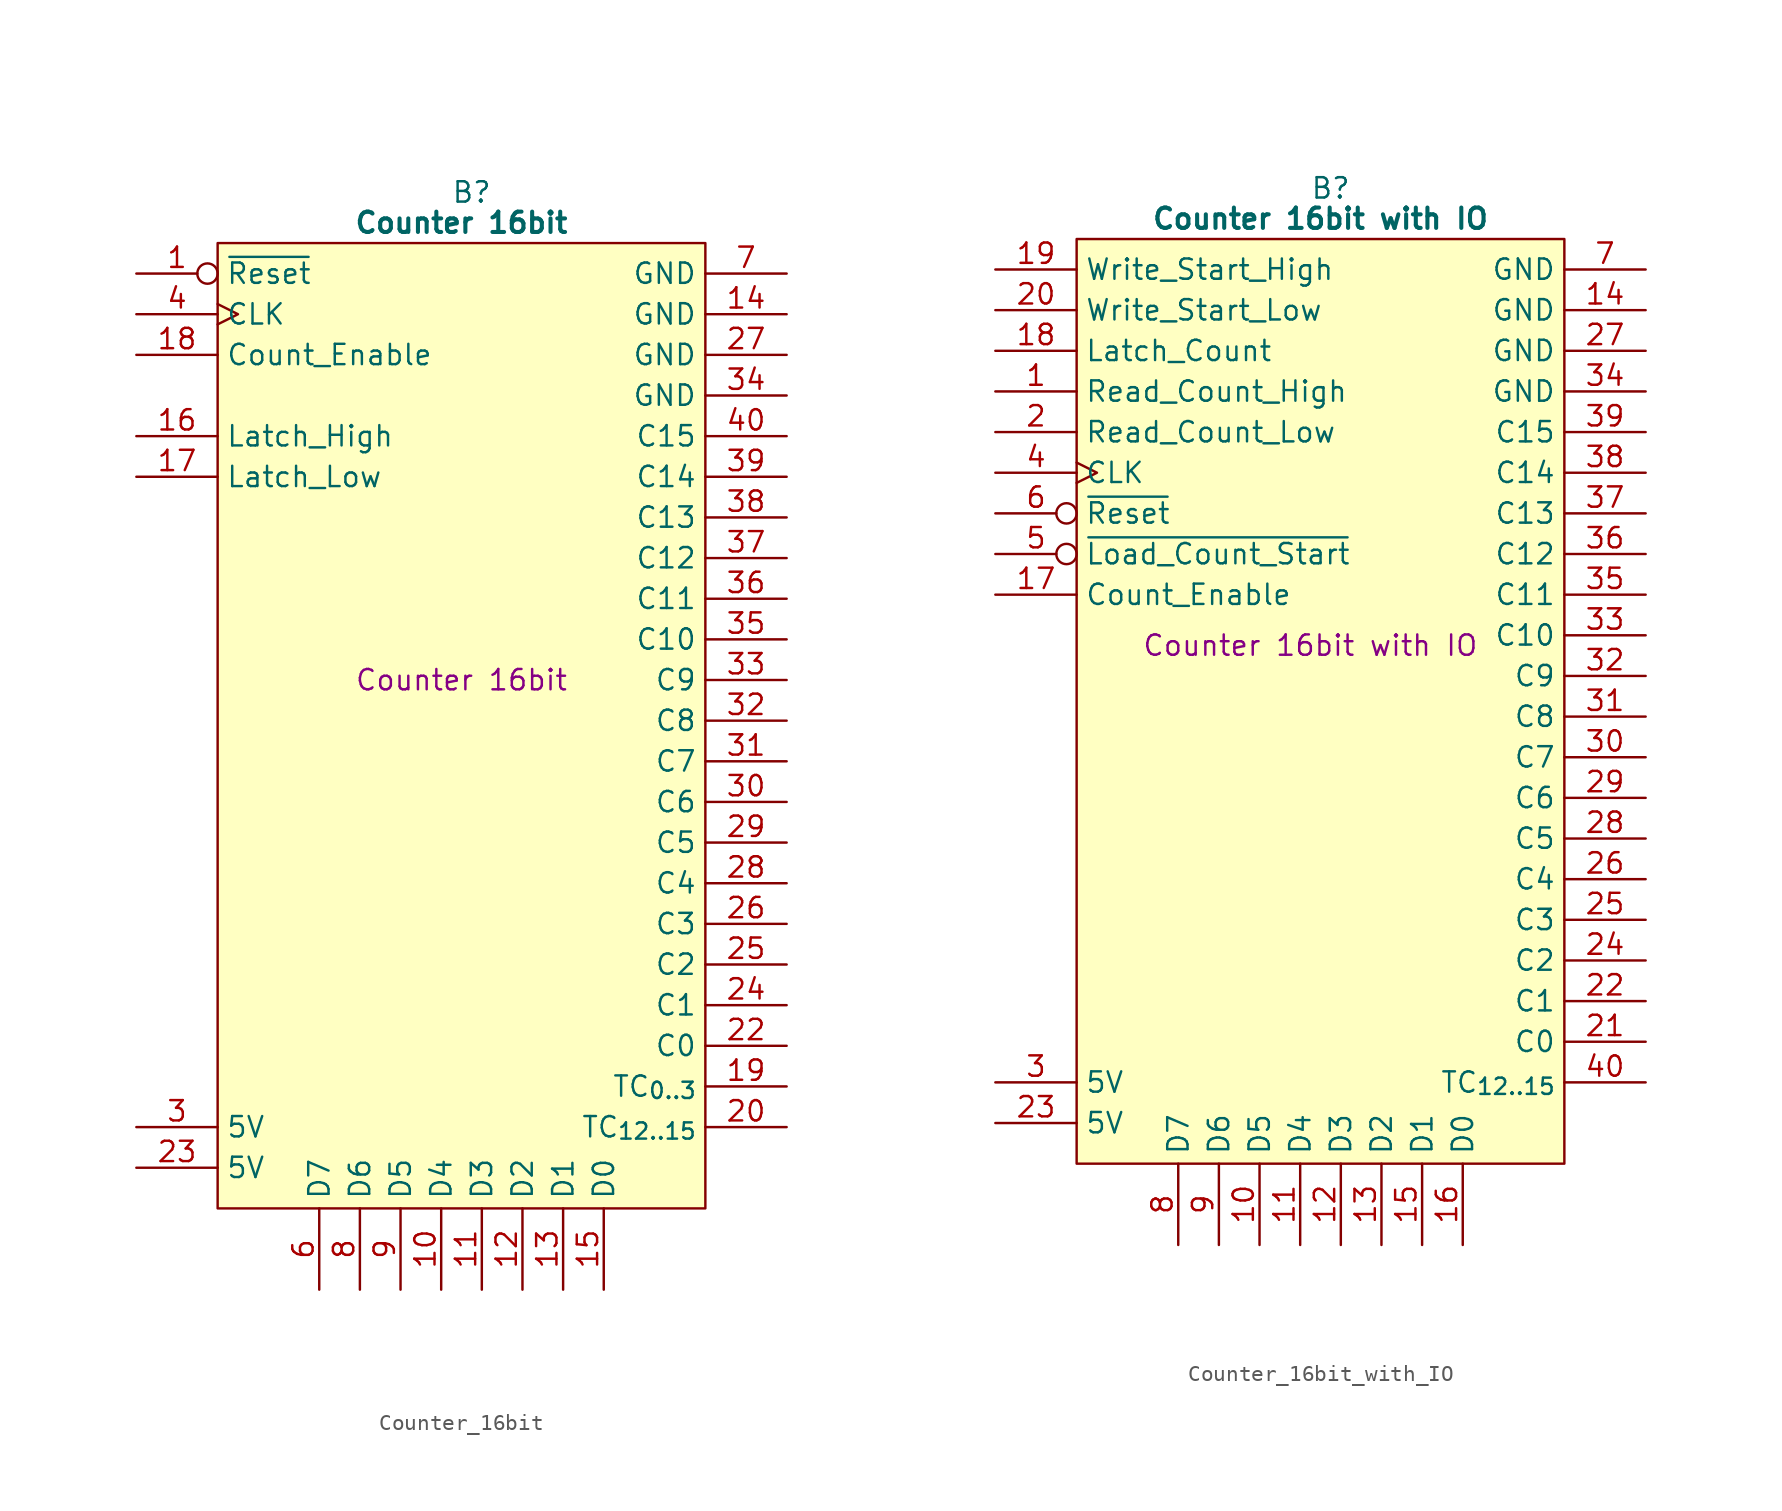
<source format=kicad_sym>
(kicad_symbol_lib
  (version 20241209)
  (generator "kicad_symbol_editor")
  (generator_version "9.0")
  (symbol "Counter_16bit"
    (property "Reference" "B"
      (at 15.875 5.08 0)
      (effects (font (size 1.27 1.27))))
    (property "Value" "Counter 16bit"
      (at 15.24 3.175 0)
      (effects (font (size 1.27 1.27) (bold yes))))
    (property "Description" "Counter 16bit"
      (at 15.24 -25.4 0)
      (effects (font (size 1.27 1.27))))
    (symbol "Counter_16bit_0_1"
      (polyline (pts (xy 0 1.905) (xy 30.48 1.905) (xy 30.48 -58.42) (xy 0 -58.42) (xy 0 1.905)) (stroke (width 0.152) (type default)) (fill (type background))))
    (symbol "Counter_16bit_1_0"
      (pin output line (at 35.56 -10.16 180) (length 5.08) (name "C15" (effects (font (size 1.27 1.27)))) (number "40" (effects (font (size 1.27 1.27)))))
      (pin output line (at 35.56 -12.7 180) (length 5.08) (name "C14" (effects (font (size 1.27 1.27)))) (number "39" (effects (font (size 1.27 1.27)))))
      (pin output line (at 35.56 -27.94 180) (length 5.08) (name "C8" (effects (font (size 1.27 1.27)))) (number "32" (effects (font (size 1.27 1.27))))))
    (symbol "Counter_16bit_1_1"
      (pin input inverted (at -5.08 0 0) (length 5.08) (name "~{Reset}" (effects (font (size 1.27 1.27)))) (number "1" (effects (font (size 1.27 1.27)))))
      (pin input clock (at -5.08 -2.54 0) (length 5.08) (name "CLK" (effects (font (size 1.27 1.27)))) (number "4" (effects (font (size 1.27 1.27)))))
      (pin input line (at -5.08 -5.08 0) (length 5.08) (name "Count_Enable" (effects (font (size 1.27 1.27)))) (number "18" (effects (font (size 1.27 1.27)))))
      (pin input line (at -5.08 -10.16 0) (length 5.08) (name "Latch_High" (effects (font (size 1.27 1.27)))) (number "16" (effects (font (size 1.27 1.27)))))
      (pin input line (at -5.08 -12.7 0) (length 5.08) (name "Latch_Low" (effects (font (size 1.27 1.27)))) (number "17" (effects (font (size 1.27 1.27)))))
      (pin no_connect line (at -5.08 -45.72 0) (length 5.08) (hide yes) (name "N.C." (effects (font (size 1.27 1.27)))) (number "2" (effects (font (size 1.27 1.27)))))
      (pin no_connect line (at -5.08 -48.26 0) (length 5.08) (hide yes) (name "N.C." (effects (font (size 1.27 1.27)))) (number "5" (effects (font (size 1.27 1.27)))))
      (pin no_connect line (at -5.08 -50.8 0) (length 5.08) (hide yes) (name "N.C." (effects (font (size 1.27 1.27)))) (number "21" (effects (font (size 1.27 1.27)))))
      (pin passive line (at -5.08 -53.34 0) (length 5.08) (name "5V" (effects (font (size 1.27 1.27)))) (number "3" (effects (font (size 1.27 1.27)))))
      (pin passive line (at -5.08 -55.88 0) (length 5.08) (name "5V" (effects (font (size 1.27 1.27)))) (number "23" (effects (font (size 1.27 1.27)))))
      (pin tri_state line (at 6.35 -63.5 90) (length 5.08) (name "D7" (effects (font (size 1.27 1.27)))) (number "6" (effects (font (size 1.27 1.27)))))
      (pin tri_state line (at 8.89 -63.5 90) (length 5.08) (name "D6" (effects (font (size 1.27 1.27)))) (number "8" (effects (font (size 1.27 1.27)))))
      (pin tri_state line (at 11.43 -63.5 90) (length 5.08) (name "D5" (effects (font (size 1.27 1.27)))) (number "9" (effects (font (size 1.27 1.27)))))
      (pin tri_state line (at 13.97 -63.5 90) (length 5.08) (name "D4" (effects (font (size 1.27 1.27)))) (number "10" (effects (font (size 1.27 1.27)))))
      (pin tri_state line (at 16.51 -63.5 90) (length 5.08) (name "D3" (effects (font (size 1.27 1.27)))) (number "11" (effects (font (size 1.27 1.27)))))
      (pin tri_state line (at 19.05 -63.5 90) (length 5.08) (name "D2" (effects (font (size 1.27 1.27)))) (number "12" (effects (font (size 1.27 1.27)))))
      (pin tri_state line (at 21.59 -63.5 90) (length 5.08) (name "D1" (effects (font (size 1.27 1.27)))) (number "13" (effects (font (size 1.27 1.27)))))
      (pin tri_state line (at 24.13 -63.5 90) (length 5.08) (name "D0" (effects (font (size 1.27 1.27)))) (number "15" (effects (font (size 1.27 1.27)))))
      (pin passive line (at 35.56 0 180) (length 5.08) (name "GND" (effects (font (size 1.27 1.27)))) (number "7" (effects (font (size 1.27 1.27)))))
      (pin passive line (at 35.56 -2.54 180) (length 5.08) (name "GND" (effects (font (size 1.27 1.27)))) (number "14" (effects (font (size 1.27 1.27)))))
      (pin passive line (at 35.56 -5.08 180) (length 5.08) (name "GND" (effects (font (size 1.27 1.27)))) (number "27" (effects (font (size 1.27 1.27)))))
      (pin passive line (at 35.56 -7.62 180) (length 5.08) (name "GND" (effects (font (size 1.27 1.27)))) (number "34" (effects (font (size 1.27 1.27)))))
      (pin output line (at 35.56 -15.24 180) (length 5.08) (name "C13" (effects (font (size 1.27 1.27)))) (number "38" (effects (font (size 1.27 1.27)))))
      (pin output line (at 35.56 -17.78 180) (length 5.08) (name "C12" (effects (font (size 1.27 1.27)))) (number "37" (effects (font (size 1.27 1.27)))))
      (pin output line (at 35.56 -20.32 180) (length 5.08) (name "C11" (effects (font (size 1.27 1.27)))) (number "36" (effects (font (size 1.27 1.27)))))
      (pin output line (at 35.56 -22.86 180) (length 5.08) (name "C10" (effects (font (size 1.27 1.27)))) (number "35" (effects (font (size 1.27 1.27)))))
      (pin output line (at 35.56 -25.4 180) (length 5.08) (name "C9" (effects (font (size 1.27 1.27)))) (number "33" (effects (font (size 1.27 1.27)))))
      (pin output line (at 35.56 -30.48 180) (length 5.08) (name "C7" (effects (font (size 1.27 1.27)))) (number "31" (effects (font (size 1.27 1.27)))))
      (pin output line (at 35.56 -33.02 180) (length 5.08) (name "C6" (effects (font (size 1.27 1.27)))) (number "30" (effects (font (size 1.27 1.27)))))
      (pin output line (at 35.56 -35.56 180) (length 5.08) (name "C5" (effects (font (size 1.27 1.27)))) (number "29" (effects (font (size 1.27 1.27)))))
      (pin output line (at 35.56 -38.1 180) (length 5.08) (name "C4" (effects (font (size 1.27 1.27)))) (number "28" (effects (font (size 1.27 1.27)))))
      (pin output line (at 35.56 -40.64 180) (length 5.08) (name "C3" (effects (font (size 1.27 1.27)))) (number "26" (effects (font (size 1.27 1.27)))))
      (pin output line (at 35.56 -43.18 180) (length 5.08) (name "C2" (effects (font (size 1.27 1.27)))) (number "25" (effects (font (size 1.27 1.27)))))
      (pin output line (at 35.56 -45.72 180) (length 5.08) (name "C1" (effects (font (size 1.27 1.27)))) (number "24" (effects (font (size 1.27 1.27)))))
      (pin output line (at 35.56 -48.26 180) (length 5.08) (name "C0" (effects (font (size 1.27 1.27)))) (number "22" (effects (font (size 1.27 1.27)))))
      (pin output line (at 35.56 -50.8 180) (length 5.08) (name "TC_{0..3}" (effects (font (size 1.27 1.27)))) (number "19" (effects (font (size 1.27 1.27)))))
      (pin output line (at 35.56 -53.34 180) (length 5.08) (name "TC_{12..15}" (effects (font (size 1.27 1.27)))) (number "20" (effects (font (size 1.27 1.27)))))))
  (symbol "Counter_16bit_with_IO"
    (property "Reference" "B"
      (at 15.875 5.08 0)
      (effects (font (size 1.27 1.27))))
    (property "Value" "Counter 16bit with IO"
      (at 15.24 3.175 0)
      (effects (font (size 1.27 1.27) (bold yes))))
    (property "Description" "Counter 16bit with IO"
      (at 14.605 -23.495 0)
      (effects (font (size 1.27 1.27))))
    (symbol "Counter_16bit_with_IO_0_1"
      (polyline (pts (xy 0 1.905) (xy 30.48 1.905) (xy 30.48 -55.88) (xy 0 -55.88) (xy 0 1.905)) (stroke (width 0.152) (type default)) (fill (type background))))
    (symbol "Counter_16bit_with_IO_1_0"
      (pin passive line (at 35.56 -7.62 180) (length 5.08) (name "GND" (effects (font (size 1.27 1.27)))) (number "34" (effects (font (size 1.27 1.27)))))
      (pin output line (at 35.56 -10.16 180) (length 5.08) (name "C15" (effects (font (size 1.27 1.27)))) (number "39" (effects (font (size 1.27 1.27)))))
      (pin output line (at 35.56 -12.7 180) (length 5.08) (name "C14" (effects (font (size 1.27 1.27)))) (number "38" (effects (font (size 1.27 1.27)))))
      (pin output line (at 35.56 -15.24 180) (length 5.08) (name "C13" (effects (font (size 1.27 1.27)))) (number "37" (effects (font (size 1.27 1.27)))))
      (pin output line (at 35.56 -17.78 180) (length 5.08) (name "C12" (effects (font (size 1.27 1.27)))) (number "36" (effects (font (size 1.27 1.27)))))
      (pin output line (at 35.56 -20.32 180) (length 5.08) (name "C11" (effects (font (size 1.27 1.27)))) (number "35" (effects (font (size 1.27 1.27)))))
      (pin output line (at 35.56 -22.86 180) (length 5.08) (name "C10" (effects (font (size 1.27 1.27)))) (number "33" (effects (font (size 1.27 1.27)))))
      (pin output line (at 35.56 -25.4 180) (length 5.08) (name "C9" (effects (font (size 1.27 1.27)))) (number "32" (effects (font (size 1.27 1.27))))))
    (symbol "Counter_16bit_with_IO_1_1"
      (pin input line (at -5.08 0 0) (length 5.08) (name "Write_Start_High" (effects (font (size 1.27 1.27)))) (number "19" (effects (font (size 1.27 1.27)))))
      (pin input line (at -5.08 -2.54 0) (length 5.08) (name "Write_Start_Low" (effects (font (size 1.27 1.27)))) (number "20" (effects (font (size 1.27 1.27)))))
      (pin input line (at -5.08 -5.08 0) (length 5.08) (name "Latch_Count" (effects (font (size 1.27 1.27)))) (number "18" (effects (font (size 1.27 1.27)))))
      (pin input line (at -5.08 -7.62 0) (length 5.08) (name "Read_Count_High" (effects (font (size 1.27 1.27)))) (number "1" (effects (font (size 1.27 1.27)))))
      (pin input line (at -5.08 -10.16 0) (length 5.08) (name "Read_Count_Low" (effects (font (size 1.27 1.27)))) (number "2" (effects (font (size 1.27 1.27)))))
      (pin input clock (at -5.08 -12.7 0) (length 5.08) (name "CLK" (effects (font (size 1.27 1.27)))) (number "4" (effects (font (size 1.27 1.27)))))
      (pin input inverted (at -5.08 -15.24 0) (length 5.08) (name "~{Reset}" (effects (font (size 1.27 1.27)))) (number "6" (effects (font (size 1.27 1.27)))))
      (pin input inverted (at -5.08 -17.78 0) (length 5.08) (name "~{Load_Count_Start}" (effects (font (size 1.27 1.27)))) (number "5" (effects (font (size 1.27 1.27)))))
      (pin input line (at -5.08 -20.32 0) (length 5.08) (name "Count_Enable" (effects (font (size 1.27 1.27)))) (number "17" (effects (font (size 1.27 1.27)))))
      (pin passive line (at -5.08 -50.8 0) (length 5.08) (name "5V" (effects (font (size 1.27 1.27)))) (number "3" (effects (font (size 1.27 1.27)))))
      (pin passive line (at -5.08 -53.34 0) (length 5.08) (name "5V" (effects (font (size 1.27 1.27)))) (number "23" (effects (font (size 1.27 1.27)))))
      (pin tri_state line (at 6.35 -60.96 90) (length 5.08) (name "D7" (effects (font (size 1.27 1.27)))) (number "8" (effects (font (size 1.27 1.27)))))
      (pin tri_state line (at 8.89 -60.96 90) (length 5.08) (name "D6" (effects (font (size 1.27 1.27)))) (number "9" (effects (font (size 1.27 1.27)))))
      (pin tri_state line (at 11.43 -60.96 90) (length 5.08) (name "D5" (effects (font (size 1.27 1.27)))) (number "10" (effects (font (size 1.27 1.27)))))
      (pin tri_state line (at 13.97 -60.96 90) (length 5.08) (name "D4" (effects (font (size 1.27 1.27)))) (number "11" (effects (font (size 1.27 1.27)))))
      (pin tri_state line (at 16.51 -60.96 90) (length 5.08) (name "D3" (effects (font (size 1.27 1.27)))) (number "12" (effects (font (size 1.27 1.27)))))
      (pin tri_state line (at 19.05 -60.96 90) (length 5.08) (name "D2" (effects (font (size 1.27 1.27)))) (number "13" (effects (font (size 1.27 1.27)))))
      (pin tri_state line (at 21.59 -60.96 90) (length 5.08) (name "D1" (effects (font (size 1.27 1.27)))) (number "15" (effects (font (size 1.27 1.27)))))
      (pin tri_state line (at 24.13 -60.96 90) (length 5.08) (name "D0" (effects (font (size 1.27 1.27)))) (number "16" (effects (font (size 1.27 1.27)))))
      (pin passive line (at 35.56 0 180) (length 5.08) (name "GND" (effects (font (size 1.27 1.27)))) (number "7" (effects (font (size 1.27 1.27)))))
      (pin passive line (at 35.56 -2.54 180) (length 5.08) (name "GND" (effects (font (size 1.27 1.27)))) (number "14" (effects (font (size 1.27 1.27)))))
      (pin passive line (at 35.56 -5.08 180) (length 5.08) (name "GND" (effects (font (size 1.27 1.27)))) (number "27" (effects (font (size 1.27 1.27)))))
      (pin output line (at 35.56 -27.94 180) (length 5.08) (name "C8" (effects (font (size 1.27 1.27)))) (number "31" (effects (font (size 1.27 1.27)))))
      (pin output line (at 35.56 -30.48 180) (length 5.08) (name "C7" (effects (font (size 1.27 1.27)))) (number "30" (effects (font (size 1.27 1.27)))))
      (pin output line (at 35.56 -33.02 180) (length 5.08) (name "C6" (effects (font (size 1.27 1.27)))) (number "29" (effects (font (size 1.27 1.27)))))
      (pin output line (at 35.56 -35.56 180) (length 5.08) (name "C5" (effects (font (size 1.27 1.27)))) (number "28" (effects (font (size 1.27 1.27)))))
      (pin output line (at 35.56 -38.1 180) (length 5.08) (name "C4" (effects (font (size 1.27 1.27)))) (number "26" (effects (font (size 1.27 1.27)))))
      (pin output line (at 35.56 -40.64 180) (length 5.08) (name "C3" (effects (font (size 1.27 1.27)))) (number "25" (effects (font (size 1.27 1.27)))))
      (pin output line (at 35.56 -43.18 180) (length 5.08) (name "C2" (effects (font (size 1.27 1.27)))) (number "24" (effects (font (size 1.27 1.27)))))
      (pin output line (at 35.56 -45.72 180) (length 5.08) (name "C1" (effects (font (size 1.27 1.27)))) (number "22" (effects (font (size 1.27 1.27)))))
      (pin output line (at 35.56 -48.26 180) (length 5.08) (name "C0" (effects (font (size 1.27 1.27)))) (number "21" (effects (font (size 1.27 1.27)))))
      (pin output line (at 35.56 -50.8 180) (length 5.08) (name "TC_{12..15}" (effects (font (size 1.27 1.27)))) (number "40" (effects (font (size 1.27 1.27))))))))
</source>
